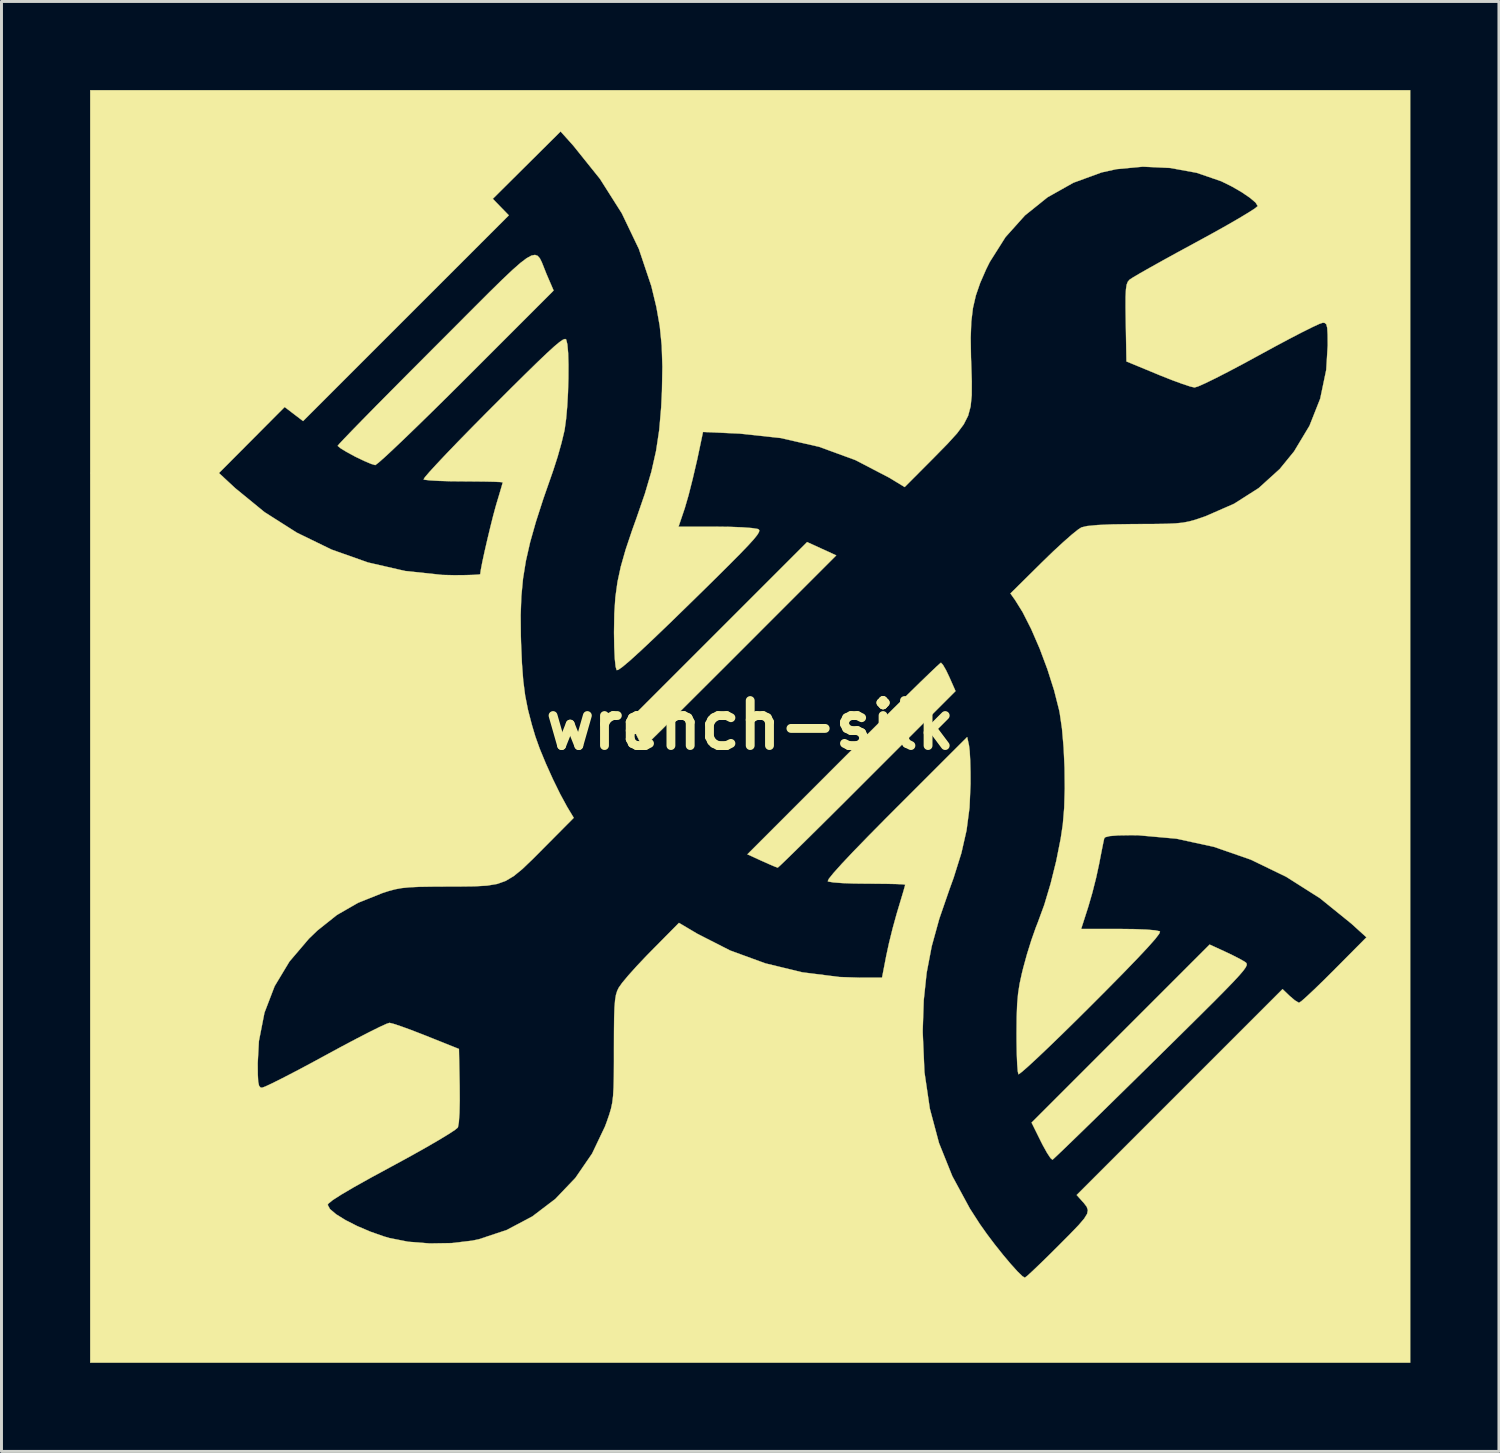
<source format=kicad_pcb>
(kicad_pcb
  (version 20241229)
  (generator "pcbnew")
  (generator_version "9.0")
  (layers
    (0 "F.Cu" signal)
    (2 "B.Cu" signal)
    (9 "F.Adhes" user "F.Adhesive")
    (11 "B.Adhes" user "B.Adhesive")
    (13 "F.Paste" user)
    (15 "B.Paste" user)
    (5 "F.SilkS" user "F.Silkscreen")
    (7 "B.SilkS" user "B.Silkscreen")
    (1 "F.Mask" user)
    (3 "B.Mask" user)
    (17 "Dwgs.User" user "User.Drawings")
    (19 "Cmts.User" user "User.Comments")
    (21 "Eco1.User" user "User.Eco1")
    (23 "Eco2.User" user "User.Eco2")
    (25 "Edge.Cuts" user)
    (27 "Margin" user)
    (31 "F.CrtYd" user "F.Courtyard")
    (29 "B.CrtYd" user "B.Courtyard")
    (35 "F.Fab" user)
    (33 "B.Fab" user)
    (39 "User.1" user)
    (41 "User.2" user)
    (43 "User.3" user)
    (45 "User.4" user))
  (footprint "wrench-silk"
    (layer "F.Cu")
    (at 22.357 21.51)
    (property "Reference" "wrench-silk" (at 0 0 0) (layer "F.SilkS") (effects (font (size 1.524 1.524) (thickness 0.3))))
    (attr through_hole)
    (fp_poly (pts (xy 2.42 -5.977) (xy 2.914 -5.751) (xy -0.342 -2.494) (xy -0.954 -1.882) (xy -1.53 -1.308) (xy -2.058 -0.781) (xy -2.527 -0.314) (xy -2.927 0.083) (xy -3.246 0.398) (xy -3.474 0.622) (xy -3.599 0.743) (xy -3.62 0.762) (xy -3.666 0.693) (xy -3.763 0.512) (xy -3.872 0.294) (xy -4.102 -0.174) (xy 1.927 -6.202) (xy 2.42 -5.977)) (stroke (width 0.01) (type solid)) (fill yes) (layer "F.SilkS"))
    (fp_poly (pts (xy 6.527 -2.045) (xy 6.634 -1.86) (xy 6.741 -1.636) (xy 6.954 -1.155) (xy 3.964 1.835) (xy 3.377 2.422) (xy 2.827 2.97) (xy 2.325 3.468) (xy 1.882 3.906) (xy 1.51 4.272) (xy 1.221 4.554) (xy 1.026 4.741) (xy 0.936 4.822) (xy 0.932 4.824) (xy 0.838 4.791) (xy 0.637 4.705) (xy 0.396 4.598) (xy -0.096 4.373) (xy 3.148 1.128) (xy 3.76 0.517) (xy 4.337 -0.057) (xy 4.868 -0.583) (xy 5.342 -1.049) (xy 5.746 -1.444) (xy 6.071 -1.758) (xy 6.304 -1.98) (xy 6.436 -2.099) (xy 6.46 -2.117) (xy 6.527 -2.045)) (stroke (width 0.01) (type solid)) (fill yes) (layer "F.SilkS"))
    (fp_poly (pts (xy 16.055 7.656) (xy 16.351 7.797) (xy 16.612 7.932) (xy 16.751 8.013) (xy 16.792 8.043) (xy 16.815 8.079) (xy 16.814 8.13) (xy 16.777 8.206) (xy 16.697 8.317) (xy 16.565 8.472) (xy 16.372 8.681) (xy 16.108 8.954) (xy 15.767 9.299) (xy 15.337 9.728) (xy 14.812 10.248) (xy 14.181 10.871) (xy 13.628 11.416) (xy 13.005 12.029) (xy 12.418 12.605) (xy 11.878 13.135) (xy 11.395 13.606) (xy 10.981 14.008) (xy 10.648 14.33) (xy 10.405 14.562) (xy 10.266 14.692) (xy 10.236 14.717) (xy 10.169 14.659) (xy 10.052 14.482) (xy 9.905 14.217) (xy 9.847 14.102) (xy 9.529 13.459) (xy 15.558 7.429) (xy 16.055 7.656)) (stroke (width 0.01) (type solid)) (fill yes) (layer "F.SilkS"))
    (fp_poly (pts (xy -7.197 -15.895) (xy -7.123 -15.81) (xy -7.058 -15.68) (xy -6.991 -15.512) (xy -6.912 -15.312) (xy -6.889 -15.256) (xy -6.658 -14.721) (xy -9.615 -11.763) (xy -10.201 -11.179) (xy -10.754 -10.634) (xy -11.261 -10.139) (xy -11.71 -9.705) (xy -12.091 -9.343) (xy -12.389 -9.066) (xy -12.595 -8.885) (xy -12.694 -8.811) (xy -12.7 -8.809) (xy -12.833 -8.848) (xy -13.068 -8.947) (xy -13.358 -9.086) (xy -13.399 -9.107) (xy -13.671 -9.255) (xy -13.874 -9.379) (xy -13.967 -9.456) (xy -13.97 -9.463) (xy -13.912 -9.533) (xy -13.744 -9.711) (xy -13.479 -9.987) (xy -13.126 -10.349) (xy -12.696 -10.787) (xy -12.2 -11.288) (xy -11.649 -11.843) (xy -11.054 -12.44) (xy -10.67 -12.825) (xy -9.944 -13.552) (xy -9.33 -14.168) (xy -8.817 -14.68) (xy -8.395 -15.094) (xy -8.054 -15.416) (xy -7.783 -15.655) (xy -7.572 -15.815) (xy -7.411 -15.904) (xy -7.289 -15.928) (xy -7.197 -15.895)) (stroke (width 0.01) (type solid)) (fill yes) (layer "F.SilkS"))
    (fp_poly (pts (xy 22.352 21.59) (xy -22.352 21.59) (xy -22.352 -8.54) (xy -17.992 -8.54) (xy -17.442 -8.029) (xy -16.447 -7.215) (xy -15.35 -6.518) (xy -14.176 -5.947) (xy -12.947 -5.512) (xy -11.689 -5.223) (xy -10.425 -5.089) (xy -10.018 -5.08) (xy -9.656 -5.083) (xy -9.368 -5.091) (xy -9.187 -5.103) (xy -9.144 -5.113) (xy -9.124 -5.258) (xy -9.072 -5.528) (xy -8.995 -5.885) (xy -8.902 -6.289) (xy -8.803 -6.702) (xy -8.707 -7.086) (xy -8.622 -7.401) (xy -8.592 -7.505) (xy -8.497 -7.821) (xy -8.424 -8.069) (xy -8.385 -8.208) (xy -8.382 -8.225) (xy -8.462 -8.235) (xy -8.682 -8.245) (xy -9.014 -8.252) (xy -9.429 -8.256) (xy -9.69 -8.258) (xy -10.145 -8.262) (xy -10.54 -8.274) (xy -10.844 -8.291) (xy -11.025 -8.312) (xy -11.062 -8.324) (xy -11.018 -8.396) (xy -10.866 -8.574) (xy -10.618 -8.845) (xy -10.287 -9.196) (xy -9.885 -9.614) (xy -9.423 -10.086) (xy -8.915 -10.6) (xy -8.719 -10.796) (xy -8.108 -11.407) (xy -7.604 -11.905) (xy -7.198 -12.302) (xy -6.88 -12.605) (xy -6.638 -12.826) (xy -6.463 -12.972) (xy -6.344 -13.054) (xy -6.27 -13.081) (xy -6.233 -13.062) (xy -6.232 -13.06) (xy -6.192 -12.897) (xy -6.166 -12.601) (xy -6.155 -12.207) (xy -6.157 -11.752) (xy -6.171 -11.27) (xy -6.197 -10.799) (xy -6.235 -10.372) (xy -6.282 -10.027) (xy -6.293 -9.969) (xy -6.389 -9.566) (xy -6.521 -9.096) (xy -6.665 -8.648) (xy -6.691 -8.572) (xy -7.007 -7.667) (xy -7.259 -6.885) (xy -7.454 -6.195) (xy -7.597 -5.566) (xy -7.694 -4.966) (xy -7.751 -4.364) (xy -7.774 -3.729) (xy -7.768 -3.029) (xy -7.761 -2.794) (xy -7.731 -2.093) (xy -7.687 -1.513) (xy -7.622 -1.006) (xy -7.527 -0.524) (xy -7.396 -0.019) (xy -7.277 0.381) (xy -7.13 0.793) (xy -6.923 1.294) (xy -6.683 1.827) (xy -6.435 2.333) (xy -6.205 2.756) (xy -6.169 2.817) (xy -5.976 3.137) (xy -6.946 4.114) (xy -7.374 4.544) (xy -7.716 4.871) (xy -8.007 5.109) (xy -8.281 5.273) (xy -8.57 5.376) (xy -8.91 5.433) (xy -9.335 5.457) (xy -9.878 5.464) (xy -10.202 5.464) (xy -10.774 5.467) (xy -11.21 5.474) (xy -11.542 5.49) (xy -11.802 5.516) (xy -12.024 5.557) (xy -12.241 5.615) (xy -12.46 5.686) (xy -13.282 6.016) (xy -13.997 6.427) (xy -14.657 6.953) (xy -14.946 7.231) (xy -15.605 8.005) (xy -16.106 8.838) (xy -16.45 9.735) (xy -16.639 10.698) (xy -16.679 11.444) (xy -16.676 11.828) (xy -16.663 12.074) (xy -16.634 12.21) (xy -16.585 12.268) (xy -16.534 12.277) (xy -16.423 12.237) (xy -16.186 12.126) (xy -15.842 11.954) (xy -15.413 11.732) (xy -14.919 11.47) (xy -14.382 11.179) (xy -14.377 11.176) (xy -13.84 10.885) (xy -13.345 10.623) (xy -12.914 10.401) (xy -12.569 10.229) (xy -12.329 10.118) (xy -12.216 10.08) (xy -12.216 10.08) (xy -12.085 10.112) (xy -11.831 10.196) (xy -11.487 10.321) (xy -11.086 10.476) (xy -10.964 10.524) (xy -9.864 10.964) (xy -9.84 12.214) (xy -9.837 12.714) (xy -9.846 13.132) (xy -9.867 13.441) (xy -9.897 13.613) (xy -9.903 13.626) (xy -9.998 13.706) (xy -10.223 13.853) (xy -10.558 14.056) (xy -10.984 14.303) (xy -11.481 14.582) (xy -12.03 14.882) (xy -12.149 14.946) (xy -12.865 15.334) (xy -13.433 15.652) (xy -13.856 15.901) (xy -14.139 16.083) (xy -14.285 16.202) (xy -14.309 16.244) (xy -14.232 16.387) (xy -14.021 16.565) (xy -13.705 16.761) (xy -13.31 16.962) (xy -12.865 17.152) (xy -12.397 17.316) (xy -12.219 17.368) (xy -11.579 17.494) (xy -10.852 17.551) (xy -10.108 17.539) (xy -9.417 17.457) (xy -9.189 17.409) (xy -8.247 17.096) (xy -7.38 16.637) (xy -6.6 16.044) (xy -5.92 15.331) (xy -5.355 14.508) (xy -4.917 13.589) (xy -4.854 13.419) (xy -4.774 13.187) (xy -4.714 12.986) (xy -4.672 12.786) (xy -4.644 12.556) (xy -4.627 12.268) (xy -4.618 11.891) (xy -4.615 11.395) (xy -4.615 10.964) (xy -4.613 10.36) (xy -4.608 9.9) (xy -4.596 9.559) (xy -4.576 9.312) (xy -4.547 9.134) (xy -4.506 9) (xy -4.453 8.89) (xy -4.338 8.727) (xy -4.127 8.474) (xy -3.846 8.161) (xy -3.52 7.816) (xy -3.352 7.645) (xy -2.413 6.695) (xy -1.778 7.071) (xy -0.677 7.631) (xy 0.514 8.066) (xy 1.76 8.368) (xy 3.026 8.528) (xy 3.72 8.551) (xy 4.464 8.551) (xy 4.607 7.811) (xy 4.701 7.376) (xy 4.826 6.871) (xy 4.96 6.386) (xy 5 6.252) (xy 5.104 5.906) (xy 5.188 5.625) (xy 5.238 5.446) (xy 5.249 5.401) (xy 5.17 5.389) (xy 4.95 5.379) (xy 4.619 5.372) (xy 4.207 5.368) (xy 3.979 5.367) (xy 3.517 5.362) (xy 3.122 5.347) (xy 2.824 5.325) (xy 2.653 5.297) (xy 2.626 5.285) (xy 2.663 5.202) (xy 2.82 5.007) (xy 3.095 4.7) (xy 3.485 4.286) (xy 3.989 3.767) (xy 4.603 3.145) (xy 4.946 2.801) (xy 7.348 0.401) (xy 7.409 0.681) (xy 7.433 0.876) (xy 7.451 1.195) (xy 7.461 1.592) (xy 7.462 1.983) (xy 7.427 2.794) (xy 7.327 3.558) (xy 7.152 4.329) (xy 6.892 5.159) (xy 6.752 5.546) (xy 6.403 6.557) (xy 6.147 7.487) (xy 5.975 8.388) (xy 5.877 9.314) (xy 5.843 10.315) (xy 5.843 10.414) (xy 5.901 11.749) (xy 6.083 12.986) (xy 6.394 14.151) (xy 6.844 15.271) (xy 7.44 16.371) (xy 7.778 16.896) (xy 8.015 17.231) (xy 8.282 17.585) (xy 8.558 17.931) (xy 8.82 18.243) (xy 9.047 18.495) (xy 9.216 18.659) (xy 9.3 18.711) (xy 9.376 18.654) (xy 9.55 18.495) (xy 9.803 18.254) (xy 10.116 17.949) (xy 10.447 17.62) (xy 10.839 17.225) (xy 11.123 16.93) (xy 11.31 16.711) (xy 11.41 16.549) (xy 11.435 16.422) (xy 11.396 16.308) (xy 11.304 16.187) (xy 11.23 16.105) (xy 11.056 15.911) (xy 18.029 8.938) (xy 18.269 9.168) (xy 18.442 9.316) (xy 18.571 9.394) (xy 18.59 9.398) (xy 18.673 9.341) (xy 18.854 9.181) (xy 19.113 8.938) (xy 19.429 8.631) (xy 19.771 8.291) (xy 20.87 7.184) (xy 20.362 6.723) (xy 19.296 5.86) (xy 18.154 5.135) (xy 16.952 4.553) (xy 15.706 4.12) (xy 14.431 3.843) (xy 13.143 3.728) (xy 12.898 3.725) (xy 12.461 3.732) (xy 12.176 3.755) (xy 12.024 3.794) (xy 11.99 3.831) (xy 11.962 3.958) (xy 11.912 4.206) (xy 11.848 4.533) (xy 11.817 4.696) (xy 11.717 5.159) (xy 11.587 5.673) (xy 11.453 6.136) (xy 11.44 6.177) (xy 11.208 6.9) (xy 12.5 6.9) (xy 13.008 6.906) (xy 13.421 6.922) (xy 13.714 6.947) (xy 13.867 6.979) (xy 13.879 6.987) (xy 13.852 7.063) (xy 13.717 7.24) (xy 13.47 7.519) (xy 13.109 7.904) (xy 12.632 8.398) (xy 12.035 9.003) (xy 11.558 9.481) (xy 11.033 10.003) (xy 10.544 10.483) (xy 10.104 10.908) (xy 9.726 11.267) (xy 9.424 11.546) (xy 9.21 11.734) (xy 9.097 11.819) (xy 9.084 11.821) (xy 9.061 11.718) (xy 9.042 11.475) (xy 9.028 11.125) (xy 9.021 10.697) (xy 9.02 10.428) (xy 9.025 9.877) (xy 9.041 9.448) (xy 9.072 9.091) (xy 9.123 8.761) (xy 9.2 8.407) (xy 9.248 8.213) (xy 9.373 7.757) (xy 9.522 7.28) (xy 9.671 6.856) (xy 9.737 6.689) (xy 9.96 6.081) (xy 10.174 5.364) (xy 10.364 4.599) (xy 10.514 3.846) (xy 10.587 3.358) (xy 10.634 2.798) (xy 10.653 2.144) (xy 10.646 1.445) (xy 10.614 0.753) (xy 10.559 0.117) (xy 10.482 -0.412) (xy 10.463 -0.508) (xy 10.292 -1.182) (xy 10.066 -1.892) (xy 9.802 -2.598) (xy 9.516 -3.257) (xy 9.226 -3.829) (xy 8.971 -4.239) (xy 8.813 -4.461) (xy 9.891 -5.527) (xy 10.256 -5.881) (xy 10.598 -6.197) (xy 10.891 -6.455) (xy 11.111 -6.631) (xy 11.22 -6.7) (xy 11.415 -6.746) (xy 11.76 -6.779) (xy 12.26 -6.801) (xy 12.921 -6.811) (xy 13.081 -6.812) (xy 13.644 -6.814) (xy 14.07 -6.82) (xy 14.394 -6.834) (xy 14.647 -6.859) (xy 14.864 -6.9) (xy 15.077 -6.959) (xy 15.319 -7.041) (xy 15.431 -7.081) (xy 16.388 -7.5) (xy 17.22 -8.03) (xy 17.934 -8.677) (xy 18.418 -9.271) (xy 18.941 -10.141) (xy 19.304 -11.059) (xy 19.508 -12.035) (xy 19.558 -12.865) (xy 19.555 -13.229) (xy 19.542 -13.455) (xy 19.511 -13.576) (xy 19.456 -13.624) (xy 19.394 -13.631) (xy 19.278 -13.592) (xy 19.036 -13.48) (xy 18.688 -13.307) (xy 18.257 -13.083) (xy 17.762 -12.819) (xy 17.233 -12.531) (xy 16.695 -12.238) (xy 16.199 -11.976) (xy 15.764 -11.753) (xy 15.413 -11.582) (xy 15.167 -11.473) (xy 15.048 -11.437) (xy 14.902 -11.471) (xy 14.635 -11.559) (xy 14.284 -11.688) (xy 13.883 -11.847) (xy 13.801 -11.881) (xy 12.742 -12.319) (xy 12.719 -13.638) (xy 12.712 -14.144) (xy 12.713 -14.509) (xy 12.725 -14.759) (xy 12.749 -14.92) (xy 12.789 -15.021) (xy 12.846 -15.087) (xy 12.846 -15.088) (xy 12.958 -15.161) (xy 13.198 -15.303) (xy 13.547 -15.501) (xy 13.982 -15.744) (xy 14.484 -16.02) (xy 15.032 -16.317) (xy 15.092 -16.35) (xy 15.634 -16.646) (xy 16.125 -16.92) (xy 16.544 -17.162) (xy 16.873 -17.36) (xy 17.094 -17.502) (xy 17.186 -17.579) (xy 17.187 -17.584) (xy 17.116 -17.698) (xy 16.925 -17.861) (xy 16.647 -18.05) (xy 16.316 -18.242) (xy 15.965 -18.416) (xy 15.946 -18.424) (xy 15.121 -18.708) (xy 14.221 -18.872) (xy 13.297 -18.915) (xy 12.4 -18.831) (xy 11.899 -18.72) (xy 10.944 -18.371) (xy 10.074 -17.882) (xy 9.304 -17.264) (xy 8.645 -16.529) (xy 8.112 -15.686) (xy 7.988 -15.436) (xy 7.787 -14.975) (xy 7.641 -14.551) (xy 7.543 -14.127) (xy 7.487 -13.663) (xy 7.467 -13.119) (xy 7.477 -12.458) (xy 7.485 -12.249) (xy 7.504 -11.648) (xy 7.502 -11.176) (xy 7.465 -10.798) (xy 7.38 -10.481) (xy 7.231 -10.188) (xy 7.005 -9.884) (xy 6.689 -9.536) (xy 6.268 -9.107) (xy 6.211 -9.049) (xy 5.231 -8.065) (xy 4.711 -8.381) (xy 3.562 -8.979) (xy 2.335 -9.428) (xy 1.03 -9.726) (xy -0.353 -9.875) (xy -0.44 -9.879) (xy -1.599 -9.931) (xy -1.641 -9.728) (xy -1.793 -9.008) (xy -1.946 -8.35) (xy -2.089 -7.785) (xy -2.216 -7.349) (xy -2.24 -7.278) (xy -2.427 -6.724) (xy -1.15 -6.723) (xy -0.675 -6.717) (xy -0.262 -6.701) (xy 0.057 -6.677) (xy 0.249 -6.647) (xy 0.282 -6.635) (xy 0.309 -6.601) (xy 0.297 -6.541) (xy 0.238 -6.443) (xy 0.121 -6.297) (xy -0.064 -6.093) (xy -0.327 -5.819) (xy -0.677 -5.466) (xy -1.124 -5.021) (xy -1.679 -4.475) (xy -1.999 -4.162) (xy -2.682 -3.496) (xy -3.251 -2.95) (xy -3.71 -2.518) (xy -4.063 -2.197) (xy -4.314 -1.985) (xy -4.467 -1.877) (xy -4.523 -1.864) (xy -4.558 -1.984) (xy -4.586 -2.25) (xy -4.604 -2.637) (xy -4.612 -3.124) (xy -4.612 -3.156) (xy -4.602 -3.783) (xy -4.566 -4.334) (xy -4.495 -4.85) (xy -4.382 -5.374) (xy -4.219 -5.947) (xy -3.996 -6.611) (xy -3.857 -6.998) (xy -3.566 -7.842) (xy -3.346 -8.589) (xy -3.188 -9.291) (xy -3.081 -10) (xy -3.015 -10.766) (xy -2.989 -11.312) (xy -2.974 -12.141) (xy -2.997 -12.857) (xy -3.063 -13.513) (xy -3.178 -14.164) (xy -3.346 -14.862) (xy -3.349 -14.873) (xy -3.771 -16.13) (xy -4.349 -17.337) (xy -5.087 -18.501) (xy -5.989 -19.625) (xy -6.042 -19.685) (xy -6.422 -20.108) (xy -8.718 -17.827) (xy -8.446 -17.547) (xy -8.175 -17.268) (xy -15.143 -10.3) (xy -15.455 -10.538) (xy -15.767 -10.776) (xy -16.879 -9.658) (xy -17.992 -8.54) (xy -22.352 -8.54) (xy -22.352 -21.505) (xy 22.352 -21.505) (xy 22.352 21.59)) (stroke (width 0.01) (type solid)) (fill yes) (layer "F.SilkS")))
  (gr_rect
    (start -3 -3)
    (end 47.714 46.105)
    (stroke (width 0.1) (type default))
    (fill no)
    (layer "Edge.Cuts")))
</source>
